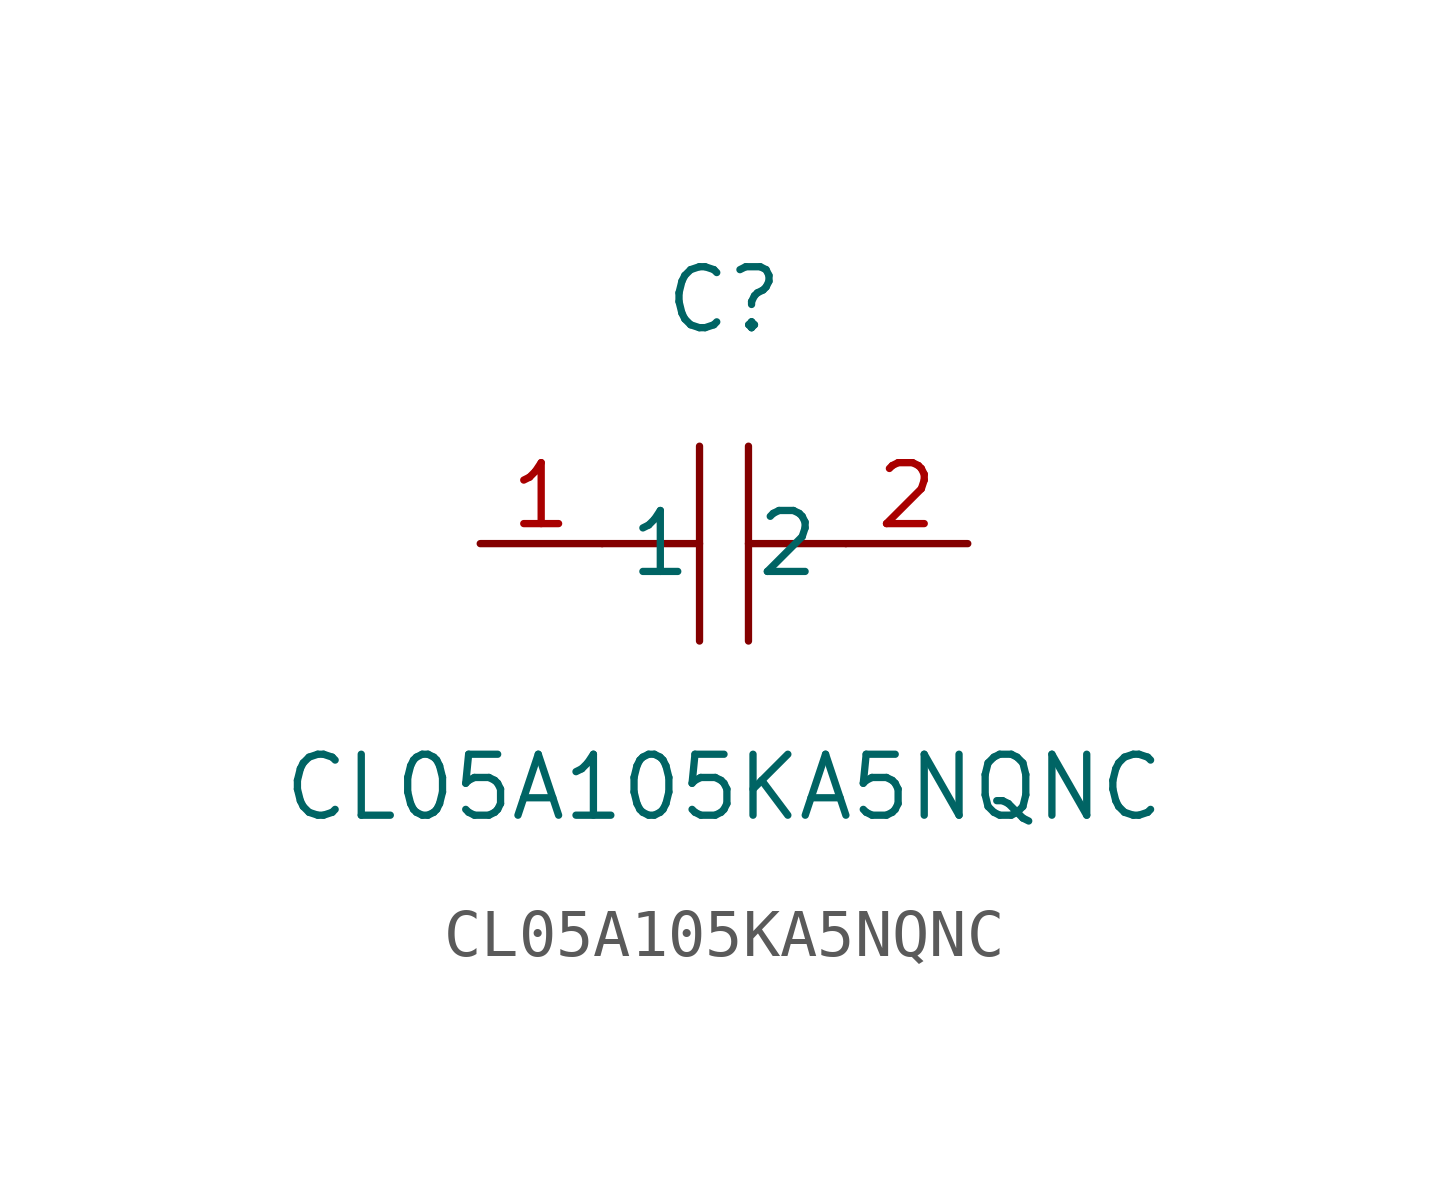
<source format=kicad_sym>
(kicad_symbol_lib
  (version 1)
  (generator "faebryk")
  (symbol "CL05A105KA5NQNC"
    (property "Reference" "C"
      (at 0 5.08 0)
      (effects (font (size 1.27 1.27)) (hide no)))
    (property "Value" "CL05A105KA5NQNC"
      (at 0 -5.08 0)
      (effects (font (size 1.27 1.27)) (hide no)))
    (symbol "CL05A105KA5NQNC_0_1"
      (polyline (stroke (width 0) (type default) (color 0 0 0 0)) (fill (type none)) (pts (xy -0.51 -2.03) (xy -0.51 2.03)))
      (polyline (stroke (width 0) (type default) (color 0 0 0 0)) (fill (type none)) (pts (xy 2.54 0) (xy 0.51 0)))
      (polyline (stroke (width 0) (type default) (color 0 0 0 0)) (fill (type none)) (pts (xy 0.51 2.03) (xy 0.51 -2.03)))
      (polyline (stroke (width 0) (type default) (color 0 0 0 0)) (fill (type none)) (pts (xy -0.51 0) (xy -2.54 0)))
      (pin unspecified line (at -5.08 0 0) (length 2.54) (name "1" (effects (font (size 1.27 1.27)) (hide no))) (number "1" (effects (font (size 1.27 1.27)) (hide no))))
      (pin unspecified line (at 5.08 0 180) (length 2.54) (name "2" (effects (font (size 1.27 1.27)) (hide no))) (number "2" (effects (font (size 1.27 1.27)) (hide no)))))))
</source>
